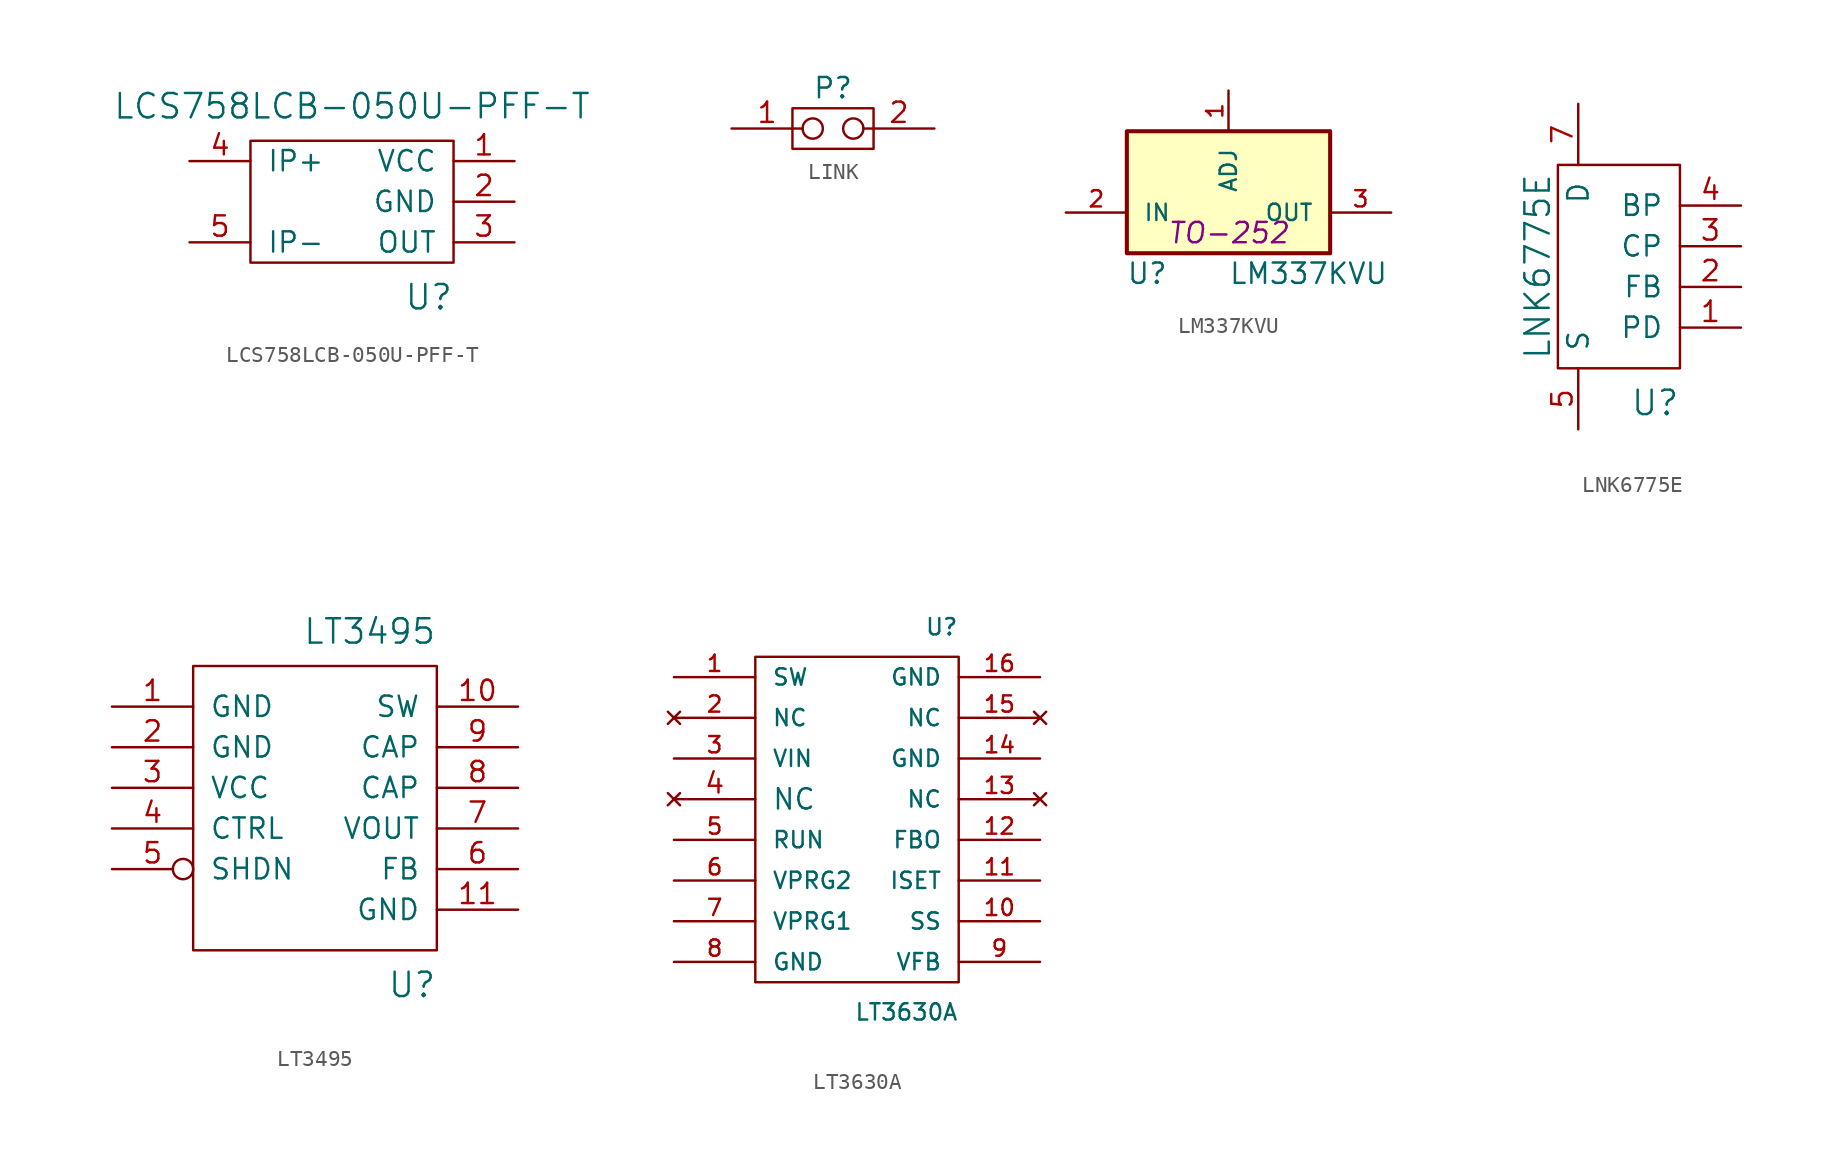
<source format=kicad_sym>
(kicad_symbol_lib
  (version 20211014)
  (generator kicad_symbol_editor)
  (symbol "LCS758LCB-050U-PFF-T"
    (pin_names
      (offset 1.016))
    (property "Reference" "U"
      (at 6.35 -5.08 0)
      (effects (font (size 1.524 1.524)) (justify right top)))
    (property "Value" "LCS758LCB-050U-PFF-T"
      (at 0 5.08 0)
      (effects (font (size 1.524 1.524)) (justify bottom)))
    (property "Footprint" ""
      (at 0 0 0)
      (effects (font (size 1.524 1.524))))
    (property "Datasheet" ""
      (at 0 0 0)
      (effects (font (size 1.524 1.524))))
    (symbol "LCS758LCB-050U-PFF-T_0_1"
      (rectangle (start -6.35 3.81) (end 6.35 -3.81) (stroke (width 0) (type default) (color 0 0 0 0)) (fill (type none))))
    (symbol "LCS758LCB-050U-PFF-T_1_1"
      (pin power_in line (at 10.16 2.54 180) (length 3.81) (name "VCC" (effects (font (size 1.27 1.27)))) (number "1" (effects (font (size 1.27 1.27)))))
      (pin power_in line (at 10.16 0 180) (length 3.81) (name "GND" (effects (font (size 1.27 1.27)))) (number "2" (effects (font (size 1.27 1.27)))))
      (pin output line (at 10.16 -2.54 180) (length 3.81) (name "OUT" (effects (font (size 1.27 1.27)))) (number "3" (effects (font (size 1.27 1.27)))))
      (pin output line (at -10.16 2.54 0) (length 3.81) (name "IP+" (effects (font (size 1.27 1.27)))) (number "4" (effects (font (size 1.27 1.27)))))
      (pin output line (at -10.16 -2.54 0) (length 3.81) (name "IP-" (effects (font (size 1.27 1.27)))) (number "5" (effects (font (size 1.27 1.27)))))))
  (symbol "LINK"
    (pin_names
      (offset 1.016))
    (property "Reference" "P"
      (at 0 2.54 0)
      (effects (font (size 1.27 1.27))))
    (property "Footprint" ""
      (at 0.635 0 0)
      (effects (font (size 1.524 1.524))))
    (property "Datasheet" ""
      (at 0.635 0 0)
      (effects (font (size 1.524 1.524))))
    (symbol "LINK_0_1"
      (rectangle (start -2.54 1.27) (end 2.54 -1.27) (stroke (width 0) (type default) (color 0 0 0 0)) (fill (type none)))
      (circle (center -1.27 0) (radius 0.635) (stroke (width 0) (type default) (color 0 0 0 0)) (fill (type none)))
      (circle (center 1.27 0) (radius 0.635) (stroke (width 0) (type default) (color 0 0 0 0)) (fill (type none))))
    (symbol "LINK_1_1"
      (pin passive line (at -6.35 0 0) (length 4.445) (name "~" (effects (font (size 1.27 1.27)))) (number "1" (effects (font (size 1.27 1.27)))))
      (pin passive line (at 6.35 0 180) (length 4.445) (name "~" (effects (font (size 1.27 1.27)))) (number "2" (effects (font (size 1.27 1.27)))))))
  (symbol "LM337KVU"
    (pin_names
      (offset 1.016))
    (property "Reference" "U"
      (at -5.08 -5.08 0)
      (effects (font (size 1.27 1.27))))
    (property "Value" "LM337KVU"
      (at 0 -5.08 0)
      (effects (font (size 1.27 1.27)) (justify left)))
    (property "Footprint" "TO-252"
      (at 0 -2.54 0)
      (effects (font (size 1.27 1.27) italic)))
    (property "Datasheet" ""
      (at 0 0 0)
      (effects (font (size 1.27 1.27))))
    (symbol "LM337KVU_0_1"
      (rectangle (start -6.35 3.81) (end 6.35 -3.81) (stroke (width 0.254) (type default) (color 0 0 0 0)) (fill (type background))))
    (symbol "LM337KVU_1_1"
      (pin input line (at 0 6.35 270) (length 2.54) (name "ADJ" (effects (font (size 1.016 1.016)))) (number "1" (effects (font (size 1.016 1.016)))))
      (pin input line (at -10.16 -1.27 0) (length 3.81) (name "IN" (effects (font (size 1.016 1.016)))) (number "2" (effects (font (size 1.016 1.016)))))
      (pin power_out line (at 10.16 -1.27 180) (length 3.81) (name "OUT" (effects (font (size 1.016 1.016)))) (number "3" (effects (font (size 1.016 1.016)))))))
  (symbol "LNK6775E"
    (pin_names
      (offset 1.016))
    (property "Reference" "U"
      (at 3.81 -7.62 0)
      (effects (font (size 1.524 1.524)) (justify right top)))
    (property "Value" "LNK6775E"
      (at -5.08 0 90)
      (effects (font (size 1.524 1.524))))
    (symbol "LNK6775E_0_1"
      (rectangle (start -3.81 6.35) (end 3.81 -6.35) (stroke (width 0) (type default) (color 0 0 0 0)) (fill (type none))))
    (symbol "LNK6775E_1_1"
      (pin input line (at 7.62 -3.81 180) (length 3.81) (name "PD" (effects (font (size 1.27 1.27)))) (number "1" (effects (font (size 1.27 1.27)))))
      (pin input line (at 7.62 -1.27 180) (length 3.81) (name "FB" (effects (font (size 1.27 1.27)))) (number "2" (effects (font (size 1.27 1.27)))))
      (pin input line (at 7.62 1.27 180) (length 3.81) (name "CP" (effects (font (size 1.27 1.27)))) (number "3" (effects (font (size 1.27 1.27)))))
      (pin input line (at 7.62 3.81 180) (length 3.81) (name "BP" (effects (font (size 1.27 1.27)))) (number "4" (effects (font (size 1.27 1.27)))))
      (pin power_out line (at -2.54 -10.16 90) (length 3.81) (name "S" (effects (font (size 1.27 1.27)))) (number "5" (effects (font (size 1.27 1.27)))))
      (pin power_in line (at -2.54 10.16 270) (length 3.81) (name "D" (effects (font (size 1.27 1.27)))) (number "7" (effects (font (size 1.27 1.27)))))))
  (symbol "LT3495"
    (pin_names
      (offset 1.016))
    (property "Reference" "U"
      (at 7.62 -11.43 0)
      (effects (font (size 1.524 1.524)) (justify right top)))
    (property "Value" "LT3495"
      (at 7.62 8.89 0)
      (effects (font (size 1.524 1.524)) (justify right bottom)))
    (property "Footprint" ""
      (at 0 0 0)
      (effects (font (size 1.524 1.524))))
    (property "Datasheet" ""
      (at 0 0 0)
      (effects (font (size 1.524 1.524))))
    (symbol "LT3495_0_1"
      (rectangle (start -7.62 7.62) (end 7.62 -10.16) (stroke (width 0) (type default) (color 0 0 0 0)) (fill (type none))))
    (symbol "LT3495_1_1"
      (pin power_out line (at -12.7 5.08 0) (length 5.08) (name "GND" (effects (font (size 1.27 1.27)))) (number "1" (effects (font (size 1.27 1.27)))))
      (pin power_in line (at 12.7 5.08 180) (length 5.08) (name "SW" (effects (font (size 1.27 1.27)))) (number "10" (effects (font (size 1.27 1.27)))))
      (pin power_out line (at 12.7 -7.62 180) (length 5.08) (name "GND" (effects (font (size 1.27 1.27)))) (number "11" (effects (font (size 1.27 1.27)))))
      (pin power_out line (at -12.7 2.54 0) (length 5.08) (name "GND" (effects (font (size 1.27 1.27)))) (number "2" (effects (font (size 1.27 1.27)))))
      (pin power_in line (at -12.7 0 0) (length 5.08) (name "VCC" (effects (font (size 1.27 1.27)))) (number "3" (effects (font (size 1.27 1.27)))))
      (pin input line (at -12.7 -2.54 0) (length 5.08) (name "CTRL" (effects (font (size 1.27 1.27)))) (number "4" (effects (font (size 1.27 1.27)))))
      (pin input inverted (at -12.7 -5.08 0) (length 5.08) (name "SHDN" (effects (font (size 1.27 1.27)))) (number "5" (effects (font (size 1.27 1.27)))))
      (pin input line (at 12.7 -5.08 180) (length 5.08) (name "FB" (effects (font (size 1.27 1.27)))) (number "6" (effects (font (size 1.27 1.27)))))
      (pin power_out line (at 12.7 -2.54 180) (length 5.08) (name "VOUT" (effects (font (size 1.27 1.27)))) (number "7" (effects (font (size 1.27 1.27)))))
      (pin power_in line (at 12.7 0 180) (length 5.08) (name "CAP" (effects (font (size 1.27 1.27)))) (number "8" (effects (font (size 1.27 1.27)))))
      (pin power_in line (at 12.7 2.54 180) (length 5.08) (name "CAP" (effects (font (size 1.27 1.27)))) (number "9" (effects (font (size 1.27 1.27)))))))
  (symbol "LT3630A"
    (pin_names
      (offset 1.016))
    (property "Reference" "U"
      (at 6.35 11.43 0)
      (effects (font (size 1.016 1.016)) (justify right bottom)))
    (property "Value" "LT3630A"
      (at 6.35 -11.43 0)
      (effects (font (size 1.016 1.016)) (justify right top)))
    (property "Footprint" ""
      (at 0 0 0)
      (effects (font (size 1.016 1.016))))
    (property "Datasheet" ""
      (at 0 0 0)
      (effects (font (size 1.016 1.016))))
    (symbol "LT3630A_0_1"
      (rectangle (start -6.35 10.16) (end 6.35 -10.16) (stroke (width 0) (type default) (color 0 0 0 0)) (fill (type none))))
    (symbol "LT3630A_1_1"
      (pin power_in line (at -11.43 8.89 0) (length 5.08) (name "SW" (effects (font (size 1.016 1.016)))) (number "1" (effects (font (size 1.016 1.016)))))
      (pin input line (at 11.43 -6.35 180) (length 5.08) (name "SS" (effects (font (size 1.016 1.016)))) (number "10" (effects (font (size 1.016 1.016)))))
      (pin input line (at 11.43 -3.81 180) (length 5.08) (name "ISET" (effects (font (size 1.016 1.016)))) (number "11" (effects (font (size 1.016 1.016)))))
      (pin output line (at 11.43 -1.27 180) (length 5.08) (name "FBO" (effects (font (size 1.016 1.016)))) (number "12" (effects (font (size 1.016 1.016)))))
      (pin no_connect line (at 11.43 1.27 180) (length 5.08) (name "NC" (effects (font (size 1.016 1.016)))) (number "13" (effects (font (size 1.016 1.016)))))
      (pin power_out line (at 11.43 3.81 180) (length 5.08) (name "GND" (effects (font (size 1.016 1.016)))) (number "14" (effects (font (size 1.016 1.016)))))
      (pin no_connect line (at 11.43 6.35 180) (length 5.08) (name "NC" (effects (font (size 1.016 1.016)))) (number "15" (effects (font (size 1.016 1.016)))))
      (pin power_out line (at 11.43 8.89 180) (length 5.08) (name "GND" (effects (font (size 1.016 1.016)))) (number "16" (effects (font (size 1.016 1.016)))))
      (pin no_connect line (at -11.43 6.35 0) (length 5.08) (name "NC" (effects (font (size 1.016 1.016)))) (number "2" (effects (font (size 1.016 1.016)))))
      (pin power_in line (at -11.43 3.81 0) (length 5.08) (name "VIN" (effects (font (size 1.016 1.016)))) (number "3" (effects (font (size 1.016 1.016)))))
      (pin no_connect line (at -11.43 1.27 0) (length 5.08) (name "NC" (effects (font (size 1.27 1.27)))) (number "4" (effects (font (size 1.27 1.27)))))
      (pin input line (at -11.43 -1.27 0) (length 5.08) (name "RUN" (effects (font (size 1.016 1.016)))) (number "5" (effects (font (size 1.016 1.016)))))
      (pin input line (at -11.43 -3.81 0) (length 5.08) (name "VPRG2" (effects (font (size 1.016 1.016)))) (number "6" (effects (font (size 1.016 1.016)))))
      (pin input line (at -11.43 -6.35 0) (length 5.08) (name "VPRG1" (effects (font (size 1.016 1.016)))) (number "7" (effects (font (size 1.016 1.016)))))
      (pin power_out line (at -11.43 -8.89 0) (length 5.08) (name "GND" (effects (font (size 1.016 1.016)))) (number "8" (effects (font (size 1.016 1.016)))))
      (pin input line (at 11.43 -8.89 180) (length 5.08) (name "VFB" (effects (font (size 1.016 1.016)))) (number "9" (effects (font (size 1.016 1.016))))))))
</source>
